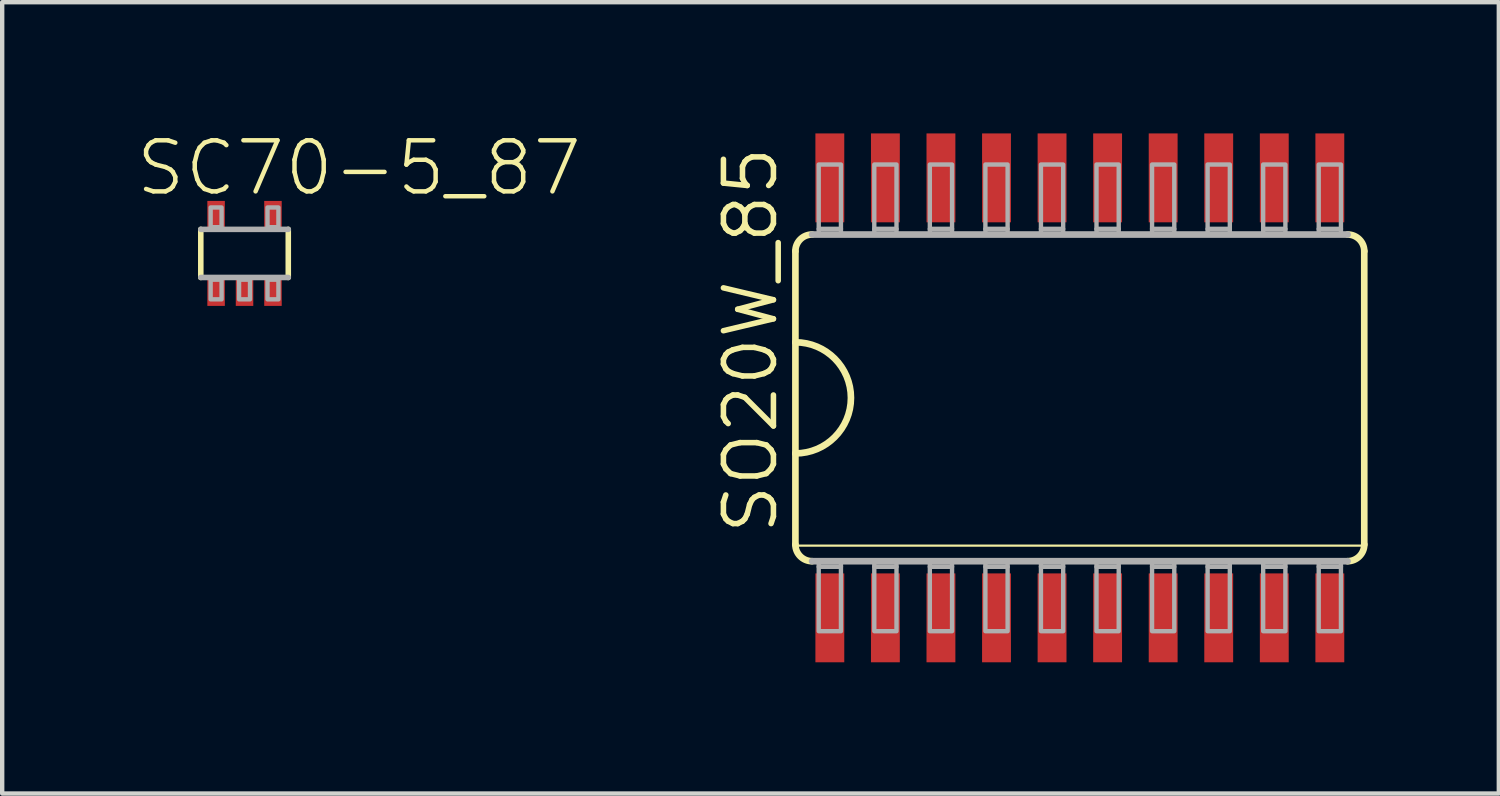
<source format=kicad_pcb>
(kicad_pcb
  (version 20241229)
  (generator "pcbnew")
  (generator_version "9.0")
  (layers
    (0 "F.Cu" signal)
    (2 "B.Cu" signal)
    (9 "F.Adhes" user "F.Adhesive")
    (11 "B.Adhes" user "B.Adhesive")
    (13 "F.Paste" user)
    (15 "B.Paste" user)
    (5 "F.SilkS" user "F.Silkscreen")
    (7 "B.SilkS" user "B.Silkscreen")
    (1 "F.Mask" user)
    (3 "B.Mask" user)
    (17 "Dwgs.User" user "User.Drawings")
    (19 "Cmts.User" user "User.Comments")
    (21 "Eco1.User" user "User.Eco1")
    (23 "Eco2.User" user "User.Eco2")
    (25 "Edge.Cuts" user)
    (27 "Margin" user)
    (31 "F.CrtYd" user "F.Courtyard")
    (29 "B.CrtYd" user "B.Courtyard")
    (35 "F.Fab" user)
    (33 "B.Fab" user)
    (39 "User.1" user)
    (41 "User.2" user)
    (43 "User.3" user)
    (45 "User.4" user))
  (footprint "SO20W_85"
    (layer "F.Cu")
    (at 21.635 6.045)
    (property "Reference" "SO20W_85" (at -6.858 3.175 90) (unlocked yes) (layer "F.SilkS") (effects (font (size 1.143 1.143) (thickness 0.127)) (justify left bottom)))
    (fp_line (start -6.502 -3.353) (end -6.502 -1.27) (stroke (width 0.152) (type solid)) (layer "F.SilkS"))
    (fp_line (start -6.502 -1.27) (end -6.502 1.27) (stroke (width 0.152) (type solid)) (layer "F.SilkS"))
    (fp_line (start -6.502 1.27) (end -6.502 3.353) (stroke (width 0.152) (type solid)) (layer "F.SilkS"))
    (fp_line (start -6.477 3.378) (end 6.477 3.378) (stroke (width 0.051) (type solid)) (layer "F.SilkS"))
    (fp_line (start 6.502 3.353) (end 6.502 -3.353) (stroke (width 0.152) (type solid)) (layer "F.SilkS"))
    (fp_arc (start -6.5024 -3.3528) (mid -6.390808 -3.622208) (end -6.1214 -3.7338) (stroke (width 0.1524) (type solid)) (layer "F.SilkS"))
    (fp_arc (start -6.5024 -1.27) (mid -5.2324 0) (end -6.5024 1.27) (stroke (width 0.1524) (type solid)) (layer "F.SilkS"))
    (fp_arc (start -6.1214 3.7338) (mid -6.390808 3.622208) (end -6.5024 3.3528) (stroke (width 0.1524) (type solid)) (layer "F.SilkS"))
    (fp_arc (start 6.1214 -3.7338) (mid 6.390808 -3.622208) (end 6.5024 -3.3528) (stroke (width 0.1524) (type solid)) (layer "F.SilkS"))
    (fp_arc (start 6.5024 3.3528) (mid 6.390808 3.622208) (end 6.1214 3.7338) (stroke (width 0.1524) (type solid)) (layer "F.SilkS"))
    (fp_line (start -6.121 3.734) (end 6.121 3.734) (stroke (width 0.152) (type solid)) (layer "F.Fab"))
    (fp_line (start 6.121 -3.734) (end -6.121 -3.734) (stroke (width 0.152) (type solid)) (layer "F.Fab"))
    (fp_poly (pts (xy -5.969 -3.861) (xy -5.461 -3.861) (xy -5.461 -5.334) (xy -5.969 -5.334)) (stroke (width 0.1) (type default)) (fill no) (layer "F.Fab"))
    (fp_poly (pts (xy -5.969 -3.734) (xy -5.461 -3.734) (xy -5.461 -3.861) (xy -5.969 -3.861)) (stroke (width 0.1) (type default)) (fill no) (layer "F.Fab"))
    (fp_poly (pts (xy -5.969 3.861) (xy -5.461 3.861) (xy -5.461 3.734) (xy -5.969 3.734)) (stroke (width 0.1) (type default)) (fill no) (layer "F.Fab"))
    (fp_poly (pts (xy -5.969 5.334) (xy -5.461 5.334) (xy -5.461 3.861) (xy -5.969 3.861)) (stroke (width 0.1) (type default)) (fill no) (layer "F.Fab"))
    (fp_poly (pts (xy -4.699 -3.861) (xy -4.191 -3.861) (xy -4.191 -5.334) (xy -4.699 -5.334)) (stroke (width 0.1) (type default)) (fill no) (layer "F.Fab"))
    (fp_poly (pts (xy -4.699 -3.734) (xy -4.191 -3.734) (xy -4.191 -3.861) (xy -4.699 -3.861)) (stroke (width 0.1) (type default)) (fill no) (layer "F.Fab"))
    (fp_poly (pts (xy -4.699 3.861) (xy -4.191 3.861) (xy -4.191 3.734) (xy -4.699 3.734)) (stroke (width 0.1) (type default)) (fill no) (layer "F.Fab"))
    (fp_poly (pts (xy -4.699 5.334) (xy -4.191 5.334) (xy -4.191 3.861) (xy -4.699 3.861)) (stroke (width 0.1) (type default)) (fill no) (layer "F.Fab"))
    (fp_poly (pts (xy -3.429 -3.861) (xy -2.921 -3.861) (xy -2.921 -5.334) (xy -3.429 -5.334)) (stroke (width 0.1) (type default)) (fill no) (layer "F.Fab"))
    (fp_poly (pts (xy -3.429 -3.734) (xy -2.921 -3.734) (xy -2.921 -3.861) (xy -3.429 -3.861)) (stroke (width 0.1) (type default)) (fill no) (layer "F.Fab"))
    (fp_poly (pts (xy -3.429 3.861) (xy -2.921 3.861) (xy -2.921 3.734) (xy -3.429 3.734)) (stroke (width 0.1) (type default)) (fill no) (layer "F.Fab"))
    (fp_poly (pts (xy -3.429 5.334) (xy -2.921 5.334) (xy -2.921 3.861) (xy -3.429 3.861)) (stroke (width 0.1) (type default)) (fill no) (layer "F.Fab"))
    (fp_poly (pts (xy -2.159 -3.861) (xy -1.651 -3.861) (xy -1.651 -5.334) (xy -2.159 -5.334)) (stroke (width 0.1) (type default)) (fill no) (layer "F.Fab"))
    (fp_poly (pts (xy -2.159 -3.734) (xy -1.651 -3.734) (xy -1.651 -3.861) (xy -2.159 -3.861)) (stroke (width 0.1) (type default)) (fill no) (layer "F.Fab"))
    (fp_poly (pts (xy -2.159 3.861) (xy -1.651 3.861) (xy -1.651 3.734) (xy -2.159 3.734)) (stroke (width 0.1) (type default)) (fill no) (layer "F.Fab"))
    (fp_poly (pts (xy -2.159 5.334) (xy -1.651 5.334) (xy -1.651 3.861) (xy -2.159 3.861)) (stroke (width 0.1) (type default)) (fill no) (layer "F.Fab"))
    (fp_poly (pts (xy -0.889 -3.861) (xy -0.381 -3.861) (xy -0.381 -5.334) (xy -0.889 -5.334)) (stroke (width 0.1) (type default)) (fill no) (layer "F.Fab"))
    (fp_poly (pts (xy -0.889 -3.734) (xy -0.381 -3.734) (xy -0.381 -3.861) (xy -0.889 -3.861)) (stroke (width 0.1) (type default)) (fill no) (layer "F.Fab"))
    (fp_poly (pts (xy -0.889 3.861) (xy -0.381 3.861) (xy -0.381 3.734) (xy -0.889 3.734)) (stroke (width 0.1) (type default)) (fill no) (layer "F.Fab"))
    (fp_poly (pts (xy -0.889 5.334) (xy -0.381 5.334) (xy -0.381 3.861) (xy -0.889 3.861)) (stroke (width 0.1) (type default)) (fill no) (layer "F.Fab"))
    (fp_poly (pts (xy 0.381 -3.861) (xy 0.889 -3.861) (xy 0.889 -5.334) (xy 0.381 -5.334)) (stroke (width 0.1) (type default)) (fill no) (layer "F.Fab"))
    (fp_poly (pts (xy 0.381 -3.734) (xy 0.889 -3.734) (xy 0.889 -3.861) (xy 0.381 -3.861)) (stroke (width 0.1) (type default)) (fill no) (layer "F.Fab"))
    (fp_poly (pts (xy 0.381 3.861) (xy 0.889 3.861) (xy 0.889 3.734) (xy 0.381 3.734)) (stroke (width 0.1) (type default)) (fill no) (layer "F.Fab"))
    (fp_poly (pts (xy 0.381 5.334) (xy 0.889 5.334) (xy 0.889 3.861) (xy 0.381 3.861)) (stroke (width 0.1) (type default)) (fill no) (layer "F.Fab"))
    (fp_poly (pts (xy 1.651 -3.861) (xy 2.159 -3.861) (xy 2.159 -5.334) (xy 1.651 -5.334)) (stroke (width 0.1) (type default)) (fill no) (layer "F.Fab"))
    (fp_poly (pts (xy 1.651 -3.734) (xy 2.159 -3.734) (xy 2.159 -3.861) (xy 1.651 -3.861)) (stroke (width 0.1) (type default)) (fill no) (layer "F.Fab"))
    (fp_poly (pts (xy 1.651 3.861) (xy 2.159 3.861) (xy 2.159 3.734) (xy 1.651 3.734)) (stroke (width 0.1) (type default)) (fill no) (layer "F.Fab"))
    (fp_poly (pts (xy 1.651 5.334) (xy 2.159 5.334) (xy 2.159 3.861) (xy 1.651 3.861)) (stroke (width 0.1) (type default)) (fill no) (layer "F.Fab"))
    (fp_poly (pts (xy 2.921 -3.861) (xy 3.429 -3.861) (xy 3.429 -5.334) (xy 2.921 -5.334)) (stroke (width 0.1) (type default)) (fill no) (layer "F.Fab"))
    (fp_poly (pts (xy 2.921 -3.734) (xy 3.429 -3.734) (xy 3.429 -3.861) (xy 2.921 -3.861)) (stroke (width 0.1) (type default)) (fill no) (layer "F.Fab"))
    (fp_poly (pts (xy 2.921 3.861) (xy 3.429 3.861) (xy 3.429 3.734) (xy 2.921 3.734)) (stroke (width 0.1) (type default)) (fill no) (layer "F.Fab"))
    (fp_poly (pts (xy 2.921 5.334) (xy 3.429 5.334) (xy 3.429 3.861) (xy 2.921 3.861)) (stroke (width 0.1) (type default)) (fill no) (layer "F.Fab"))
    (fp_poly (pts (xy 4.191 -3.861) (xy 4.699 -3.861) (xy 4.699 -5.334) (xy 4.191 -5.334)) (stroke (width 0.1) (type default)) (fill no) (layer "F.Fab"))
    (fp_poly (pts (xy 4.191 -3.734) (xy 4.699 -3.734) (xy 4.699 -3.861) (xy 4.191 -3.861)) (stroke (width 0.1) (type default)) (fill no) (layer "F.Fab"))
    (fp_poly (pts (xy 4.191 3.861) (xy 4.699 3.861) (xy 4.699 3.734) (xy 4.191 3.734)) (stroke (width 0.1) (type default)) (fill no) (layer "F.Fab"))
    (fp_poly (pts (xy 4.191 5.334) (xy 4.699 5.334) (xy 4.699 3.861) (xy 4.191 3.861)) (stroke (width 0.1) (type default)) (fill no) (layer "F.Fab"))
    (fp_poly (pts (xy 5.461 -3.861) (xy 5.969 -3.861) (xy 5.969 -5.334) (xy 5.461 -5.334)) (stroke (width 0.1) (type default)) (fill no) (layer "F.Fab"))
    (fp_poly (pts (xy 5.461 -3.734) (xy 5.969 -3.734) (xy 5.969 -3.861) (xy 5.461 -3.861)) (stroke (width 0.1) (type default)) (fill no) (layer "F.Fab"))
    (fp_poly (pts (xy 5.461 3.861) (xy 5.969 3.861) (xy 5.969 3.734) (xy 5.461 3.734)) (stroke (width 0.1) (type default)) (fill no) (layer "F.Fab"))
    (fp_poly (pts (xy 5.461 5.334) (xy 5.969 5.334) (xy 5.969 3.861) (xy 5.461 3.861)) (stroke (width 0.1) (type default)) (fill no) (layer "F.Fab"))
    (pad "1" smd rect (at -5.715 5.029) (size 0.66 2.032) (layers "F.Cu" "F.Mask" "F.Paste"))
    (pad "2" smd rect (at -4.445 5.029) (size 0.66 2.032) (layers "F.Cu" "F.Mask" "F.Paste"))
    (pad "3" smd rect (at -3.175 5.029) (size 0.66 2.032) (layers "F.Cu" "F.Mask" "F.Paste"))
    (pad "4" smd rect (at -1.905 5.029) (size 0.66 2.032) (layers "F.Cu" "F.Mask" "F.Paste"))
    (pad "5" smd rect (at -0.635 5.029) (size 0.66 2.032) (layers "F.Cu" "F.Mask" "F.Paste"))
    (pad "6" smd rect (at 0.635 5.029) (size 0.66 2.032) (layers "F.Cu" "F.Mask" "F.Paste"))
    (pad "7" smd rect (at 1.905 5.029) (size 0.66 2.032) (layers "F.Cu" "F.Mask" "F.Paste"))
    (pad "8" smd rect (at 3.175 5.029) (size 0.66 2.032) (layers "F.Cu" "F.Mask" "F.Paste"))
    (pad "9" smd rect (at 4.445 5.029) (size 0.66 2.032) (layers "F.Cu" "F.Mask" "F.Paste"))
    (pad "10" smd rect (at 5.715 5.029) (size 0.66 2.032) (layers "F.Cu" "F.Mask" "F.Paste"))
    (pad "11" smd rect (at 5.715 -5.029) (size 0.66 2.032) (layers "F.Cu" "F.Mask" "F.Paste"))
    (pad "12" smd rect (at 4.445 -5.029) (size 0.66 2.032) (layers "F.Cu" "F.Mask" "F.Paste"))
    (pad "13" smd rect (at 3.175 -5.029) (size 0.66 2.032) (layers "F.Cu" "F.Mask" "F.Paste"))
    (pad "14" smd rect (at 1.905 -5.029) (size 0.66 2.032) (layers "F.Cu" "F.Mask" "F.Paste"))
    (pad "15" smd rect (at 0.635 -5.029) (size 0.66 2.032) (layers "F.Cu" "F.Mask" "F.Paste"))
    (pad "16" smd rect (at -0.635 -5.029) (size 0.66 2.032) (layers "F.Cu" "F.Mask" "F.Paste"))
    (pad "17" smd rect (at -1.905 -5.029) (size 0.66 2.032) (layers "F.Cu" "F.Mask" "F.Paste"))
    (pad "18" smd rect (at -3.175 -5.029) (size 0.66 2.032) (layers "F.Cu" "F.Mask" "F.Paste"))
    (pad "19" smd rect (at -4.445 -5.029) (size 0.66 2.032) (layers "F.Cu" "F.Mask" "F.Paste"))
    (pad "20" smd rect (at -5.715 -5.029) (size 0.66 2.032) (layers "F.Cu" "F.Mask" "F.Paste")))
  (footprint "SC70-5_87"
    (layer "F.Cu")
    (at 2.54 2.743)
    (property "Reference" "SC70-5_87" (at -2.54 -1.27 0) (unlocked yes) (layer "F.SilkS") (effects (font (size 1.168 1.168) (thickness 0.102)) (justify left bottom)))
    (fp_line (start -1 -0.55) (end -1 0.55) (stroke (width 0.127) (type solid)) (layer "F.SilkS"))
    (fp_line (start 1 0.55) (end 1 -0.55) (stroke (width 0.127) (type solid)) (layer "F.SilkS"))
    (fp_line (start -1 0.55) (end 1 0.55) (stroke (width 0.127) (type solid)) (layer "F.Fab"))
    (fp_line (start 1 -0.55) (end -1 -0.55) (stroke (width 0.127) (type solid)) (layer "F.Fab"))
    (fp_poly (pts (xy -0.775 -0.6) (xy -0.525 -0.6) (xy -0.525 -1.05) (xy -0.775 -1.05)) (stroke (width 0.1) (type default)) (fill no) (layer "F.Fab"))
    (fp_poly (pts (xy -0.775 1.05) (xy -0.525 1.05) (xy -0.525 0.6) (xy -0.775 0.6)) (stroke (width 0.1) (type default)) (fill no) (layer "F.Fab"))
    (fp_poly (pts (xy -0.125 1.05) (xy 0.125 1.05) (xy 0.125 0.6) (xy -0.125 0.6)) (stroke (width 0.1) (type default)) (fill no) (layer "F.Fab"))
    (fp_poly (pts (xy 0.525 -0.6) (xy 0.775 -0.6) (xy 0.775 -1.05) (xy 0.525 -1.05)) (stroke (width 0.1) (type default)) (fill no) (layer "F.Fab"))
    (fp_poly (pts (xy 0.525 1.05) (xy 0.775 1.05) (xy 0.775 0.6) (xy 0.525 0.6)) (stroke (width 0.1) (type default)) (fill no) (layer "F.Fab"))
    (pad "1" smd rect (at -0.65 0.85) (size 0.4 0.7) (layers "F.Cu" "F.Mask" "F.Paste"))
    (pad "2" smd rect (at 0 0.85) (size 0.4 0.7) (layers "F.Cu" "F.Mask" "F.Paste"))
    (pad "3" smd rect (at 0.65 0.85) (size 0.4 0.7) (layers "F.Cu" "F.Mask" "F.Paste"))
    (pad "4" smd rect (at 0.65 -0.85) (size 0.4 0.7) (layers "F.Cu" "F.Mask" "F.Paste"))
    (pad "5" smd rect (at -0.65 -0.85) (size 0.4 0.7) (layers "F.Cu" "F.Mask" "F.Paste")))
  (gr_rect
    (start -3 -3)
    (end 31.213 15.09)
    (stroke (width 0.1) (type default))
    (fill no)
    (layer "Edge.Cuts")))
</source>
